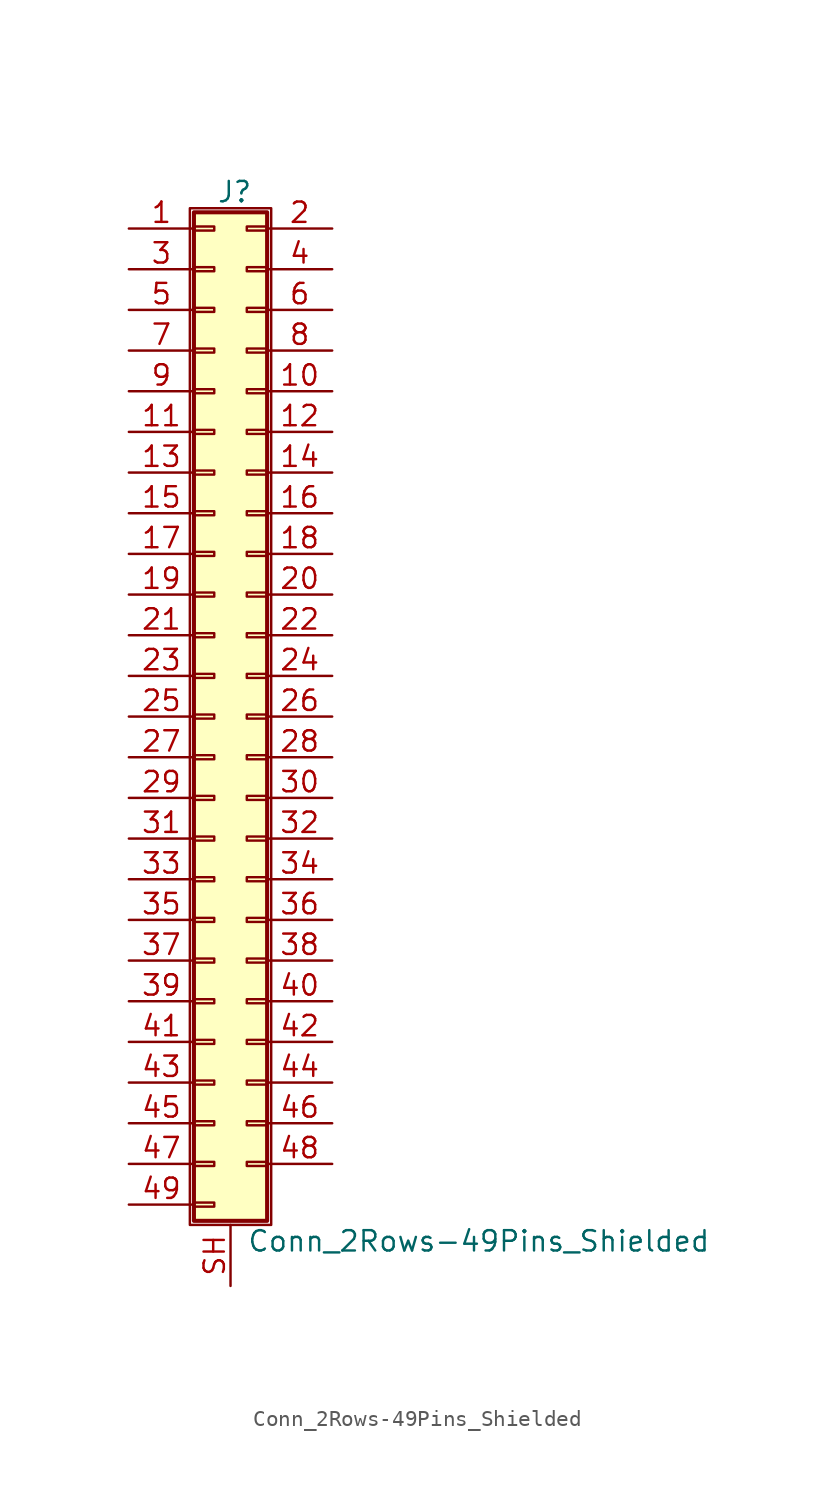
<source format=kicad_sym>
(kicad_symbol_lib
  (version 20201005)
  (generator kicad_symbol_editor)
  (symbol "Conn_2Rows-49Pins_Shielded"
    (pin_names
      (offset 1.016) hide)
    (property "Reference" "J"
      (at 1.524 32.766 0)
      (effects (font (size 1.27 1.27))))
    (property "Value" "Conn_2Rows-49Pins_Shielded"
      (at 2.286 -32.766 0)
      (effects (font (size 1.27 1.27)) (justify left)))
    (symbol "Conn_2Rows-49Pins_Shielded_1_1"
      (rectangle (start -1.27 31.75) (end 3.81 -31.75) (stroke (width 0.152)) (fill (type none)))
      (rectangle (start -1.016 -30.353) (end 0.254 -30.607) (stroke (width 0.152)) (fill (type none)))
      (rectangle (start -1.016 -27.813) (end 0.254 -28.067) (stroke (width 0.152)) (fill (type none)))
      (rectangle (start -1.016 -25.273) (end 0.254 -25.527) (stroke (width 0.152)) (fill (type none)))
      (rectangle (start -1.016 -22.733) (end 0.254 -22.987) (stroke (width 0.152)) (fill (type none)))
      (rectangle (start -1.016 -20.193) (end 0.254 -20.447) (stroke (width 0.152)) (fill (type none)))
      (rectangle (start -1.016 -17.653) (end 0.254 -17.907) (stroke (width 0.152)) (fill (type none)))
      (rectangle (start -1.016 -15.113) (end 0.254 -15.367) (stroke (width 0.152)) (fill (type none)))
      (rectangle (start -1.016 -12.573) (end 0.254 -12.827) (stroke (width 0.152)) (fill (type none)))
      (rectangle (start -1.016 -10.033) (end 0.254 -10.287) (stroke (width 0.152)) (fill (type none)))
      (rectangle (start -1.016 -7.493) (end 0.254 -7.747) (stroke (width 0.152)) (fill (type none)))
      (rectangle (start -1.016 -4.953) (end 0.254 -5.207) (stroke (width 0.152)) (fill (type none)))
      (rectangle (start -1.016 -2.413) (end 0.254 -2.667) (stroke (width 0.152)) (fill (type none)))
      (rectangle (start -1.016 0.127) (end 0.254 -0.127) (stroke (width 0.152)) (fill (type none)))
      (rectangle (start -1.016 2.667) (end 0.254 2.413) (stroke (width 0.152)) (fill (type none)))
      (rectangle (start -1.016 5.207) (end 0.254 4.953) (stroke (width 0.152)) (fill (type none)))
      (rectangle (start -1.016 7.747) (end 0.254 7.493) (stroke (width 0.152)) (fill (type none)))
      (rectangle (start -1.016 10.287) (end 0.254 10.033) (stroke (width 0.152)) (fill (type none)))
      (rectangle (start -1.016 12.827) (end 0.254 12.573) (stroke (width 0.152)) (fill (type none)))
      (rectangle (start -1.016 15.367) (end 0.254 15.113) (stroke (width 0.152)) (fill (type none)))
      (rectangle (start -1.016 17.907) (end 0.254 17.653) (stroke (width 0.152)) (fill (type none)))
      (rectangle (start -1.016 20.447) (end 0.254 20.193) (stroke (width 0.152)) (fill (type none)))
      (rectangle (start -1.016 22.987) (end 0.254 22.733) (stroke (width 0.152)) (fill (type none)))
      (rectangle (start -1.016 25.527) (end 0.254 25.273) (stroke (width 0.152)) (fill (type none)))
      (rectangle (start -1.016 28.067) (end 0.254 27.813) (stroke (width 0.152)) (fill (type none)))
      (rectangle (start -1.016 30.607) (end 0.254 30.353) (stroke (width 0.152)) (fill (type none)))
      (rectangle (start 3.556 -27.813) (end 2.286 -28.067) (stroke (width 0.152)) (fill (type none)))
      (rectangle (start 3.556 -25.273) (end 2.286 -25.527) (stroke (width 0.152)) (fill (type none)))
      (rectangle (start 3.556 -22.733) (end 2.286 -22.987) (stroke (width 0.152)) (fill (type none)))
      (rectangle (start 3.556 -20.193) (end 2.286 -20.447) (stroke (width 0.152)) (fill (type none)))
      (rectangle (start 3.556 -17.653) (end 2.286 -17.907) (stroke (width 0.152)) (fill (type none)))
      (rectangle (start 3.556 -15.113) (end 2.286 -15.367) (stroke (width 0.152)) (fill (type none)))
      (rectangle (start 3.556 -12.573) (end 2.286 -12.827) (stroke (width 0.152)) (fill (type none)))
      (rectangle (start 3.556 -10.033) (end 2.286 -10.287) (stroke (width 0.152)) (fill (type none)))
      (rectangle (start 3.556 -7.493) (end 2.286 -7.747) (stroke (width 0.152)) (fill (type none)))
      (rectangle (start 3.556 -4.953) (end 2.286 -5.207) (stroke (width 0.152)) (fill (type none)))
      (rectangle (start 3.556 -2.413) (end 2.286 -2.667) (stroke (width 0.152)) (fill (type none)))
      (rectangle (start 3.556 0.127) (end 2.286 -0.127) (stroke (width 0.152)) (fill (type none)))
      (rectangle (start 3.556 2.667) (end 2.286 2.413) (stroke (width 0.152)) (fill (type none)))
      (rectangle (start 3.556 5.207) (end 2.286 4.953) (stroke (width 0.152)) (fill (type none)))
      (rectangle (start 3.556 7.747) (end 2.286 7.493) (stroke (width 0.152)) (fill (type none)))
      (rectangle (start 3.556 10.287) (end 2.286 10.033) (stroke (width 0.152)) (fill (type none)))
      (rectangle (start 3.556 12.827) (end 2.286 12.573) (stroke (width 0.152)) (fill (type none)))
      (rectangle (start 3.556 15.367) (end 2.286 15.113) (stroke (width 0.152)) (fill (type none)))
      (rectangle (start 3.556 17.907) (end 2.286 17.653) (stroke (width 0.152)) (fill (type none)))
      (rectangle (start 3.556 20.447) (end 2.286 20.193) (stroke (width 0.152)) (fill (type none)))
      (rectangle (start 3.556 22.987) (end 2.286 22.733) (stroke (width 0.152)) (fill (type none)))
      (rectangle (start 3.556 25.527) (end 2.286 25.273) (stroke (width 0.152)) (fill (type none)))
      (rectangle (start 3.556 28.067) (end 2.286 27.813) (stroke (width 0.152)) (fill (type none)))
      (rectangle (start 3.556 30.607) (end 2.286 30.353) (stroke (width 0.152)) (fill (type none)))
      (rectangle (start -1.016 31.496) (end 3.556 -31.496) (stroke (width 0.254)) (fill (type background)))
      (pin passive line (at -5.08 30.48 0) (length 4.064) (name "Pin_1" (effects (font (size 1.27 1.27)))) (number "1" (effects (font (size 1.27 1.27)))))
      (pin passive line (at 7.62 20.32 180) (length 4.064) (name "Pin_10" (effects (font (size 1.27 1.27)))) (number "10" (effects (font (size 1.27 1.27)))))
      (pin passive line (at -5.08 17.78 0) (length 4.064) (name "Pin_11" (effects (font (size 1.27 1.27)))) (number "11" (effects (font (size 1.27 1.27)))))
      (pin passive line (at 7.62 17.78 180) (length 4.064) (name "Pin_12" (effects (font (size 1.27 1.27)))) (number "12" (effects (font (size 1.27 1.27)))))
      (pin passive line (at -5.08 15.24 0) (length 4.064) (name "Pin_13" (effects (font (size 1.27 1.27)))) (number "13" (effects (font (size 1.27 1.27)))))
      (pin passive line (at 7.62 15.24 180) (length 4.064) (name "Pin_14" (effects (font (size 1.27 1.27)))) (number "14" (effects (font (size 1.27 1.27)))))
      (pin passive line (at -5.08 12.7 0) (length 4.064) (name "Pin_15" (effects (font (size 1.27 1.27)))) (number "15" (effects (font (size 1.27 1.27)))))
      (pin passive line (at 7.62 12.7 180) (length 4.064) (name "Pin_16" (effects (font (size 1.27 1.27)))) (number "16" (effects (font (size 1.27 1.27)))))
      (pin passive line (at -5.08 10.16 0) (length 4.064) (name "Pin_17" (effects (font (size 1.27 1.27)))) (number "17" (effects (font (size 1.27 1.27)))))
      (pin passive line (at 7.62 10.16 180) (length 4.064) (name "Pin_18" (effects (font (size 1.27 1.27)))) (number "18" (effects (font (size 1.27 1.27)))))
      (pin passive line (at -5.08 7.62 0) (length 4.064) (name "Pin_19" (effects (font (size 1.27 1.27)))) (number "19" (effects (font (size 1.27 1.27)))))
      (pin passive line (at 7.62 30.48 180) (length 4.064) (name "Pin_2" (effects (font (size 1.27 1.27)))) (number "2" (effects (font (size 1.27 1.27)))))
      (pin passive line (at 7.62 7.62 180) (length 4.064) (name "Pin_20" (effects (font (size 1.27 1.27)))) (number "20" (effects (font (size 1.27 1.27)))))
      (pin passive line (at -5.08 5.08 0) (length 4.064) (name "Pin_21" (effects (font (size 1.27 1.27)))) (number "21" (effects (font (size 1.27 1.27)))))
      (pin passive line (at 7.62 5.08 180) (length 4.064) (name "Pin_22" (effects (font (size 1.27 1.27)))) (number "22" (effects (font (size 1.27 1.27)))))
      (pin passive line (at -5.08 2.54 0) (length 4.064) (name "Pin_23" (effects (font (size 1.27 1.27)))) (number "23" (effects (font (size 1.27 1.27)))))
      (pin passive line (at 7.62 2.54 180) (length 4.064) (name "Pin_24" (effects (font (size 1.27 1.27)))) (number "24" (effects (font (size 1.27 1.27)))))
      (pin passive line (at -5.08 0 0) (length 4.064) (name "Pin_25" (effects (font (size 1.27 1.27)))) (number "25" (effects (font (size 1.27 1.27)))))
      (pin passive line (at 7.62 0 180) (length 4.064) (name "Pin_26" (effects (font (size 1.27 1.27)))) (number "26" (effects (font (size 1.27 1.27)))))
      (pin passive line (at -5.08 -2.54 0) (length 4.064) (name "Pin_27" (effects (font (size 1.27 1.27)))) (number "27" (effects (font (size 1.27 1.27)))))
      (pin passive line (at 7.62 -2.54 180) (length 4.064) (name "Pin_28" (effects (font (size 1.27 1.27)))) (number "28" (effects (font (size 1.27 1.27)))))
      (pin passive line (at -5.08 -5.08 0) (length 4.064) (name "Pin_29" (effects (font (size 1.27 1.27)))) (number "29" (effects (font (size 1.27 1.27)))))
      (pin passive line (at -5.08 27.94 0) (length 4.064) (name "Pin_3" (effects (font (size 1.27 1.27)))) (number "3" (effects (font (size 1.27 1.27)))))
      (pin passive line (at 7.62 -5.08 180) (length 4.064) (name "Pin_30" (effects (font (size 1.27 1.27)))) (number "30" (effects (font (size 1.27 1.27)))))
      (pin passive line (at -5.08 -7.62 0) (length 4.064) (name "Pin_31" (effects (font (size 1.27 1.27)))) (number "31" (effects (font (size 1.27 1.27)))))
      (pin passive line (at 7.62 -7.62 180) (length 4.064) (name "Pin_32" (effects (font (size 1.27 1.27)))) (number "32" (effects (font (size 1.27 1.27)))))
      (pin passive line (at -5.08 -10.16 0) (length 4.064) (name "Pin_33" (effects (font (size 1.27 1.27)))) (number "33" (effects (font (size 1.27 1.27)))))
      (pin passive line (at 7.62 -10.16 180) (length 4.064) (name "Pin_34" (effects (font (size 1.27 1.27)))) (number "34" (effects (font (size 1.27 1.27)))))
      (pin passive line (at -5.08 -12.7 0) (length 4.064) (name "Pin_35" (effects (font (size 1.27 1.27)))) (number "35" (effects (font (size 1.27 1.27)))))
      (pin passive line (at 7.62 -12.7 180) (length 4.064) (name "Pin_36" (effects (font (size 1.27 1.27)))) (number "36" (effects (font (size 1.27 1.27)))))
      (pin passive line (at -5.08 -15.24 0) (length 4.064) (name "Pin_37" (effects (font (size 1.27 1.27)))) (number "37" (effects (font (size 1.27 1.27)))))
      (pin passive line (at 7.62 -15.24 180) (length 4.064) (name "Pin_38" (effects (font (size 1.27 1.27)))) (number "38" (effects (font (size 1.27 1.27)))))
      (pin passive line (at -5.08 -17.78 0) (length 4.064) (name "Pin_39" (effects (font (size 1.27 1.27)))) (number "39" (effects (font (size 1.27 1.27)))))
      (pin passive line (at 7.62 27.94 180) (length 4.064) (name "Pin_4" (effects (font (size 1.27 1.27)))) (number "4" (effects (font (size 1.27 1.27)))))
      (pin passive line (at 7.62 -17.78 180) (length 4.064) (name "Pin_40" (effects (font (size 1.27 1.27)))) (number "40" (effects (font (size 1.27 1.27)))))
      (pin passive line (at -5.08 -20.32 0) (length 4.064) (name "Pin_41" (effects (font (size 1.27 1.27)))) (number "41" (effects (font (size 1.27 1.27)))))
      (pin passive line (at 7.62 -20.32 180) (length 4.064) (name "Pin_42" (effects (font (size 1.27 1.27)))) (number "42" (effects (font (size 1.27 1.27)))))
      (pin passive line (at -5.08 -22.86 0) (length 4.064) (name "Pin_43" (effects (font (size 1.27 1.27)))) (number "43" (effects (font (size 1.27 1.27)))))
      (pin passive line (at 7.62 -22.86 180) (length 4.064) (name "Pin_44" (effects (font (size 1.27 1.27)))) (number "44" (effects (font (size 1.27 1.27)))))
      (pin passive line (at -5.08 -25.4 0) (length 4.064) (name "Pin_45" (effects (font (size 1.27 1.27)))) (number "45" (effects (font (size 1.27 1.27)))))
      (pin passive line (at 7.62 -25.4 180) (length 4.064) (name "Pin_46" (effects (font (size 1.27 1.27)))) (number "46" (effects (font (size 1.27 1.27)))))
      (pin passive line (at -5.08 -27.94 0) (length 4.064) (name "Pin_47" (effects (font (size 1.27 1.27)))) (number "47" (effects (font (size 1.27 1.27)))))
      (pin passive line (at 7.62 -27.94 180) (length 4.064) (name "Pin_48" (effects (font (size 1.27 1.27)))) (number "48" (effects (font (size 1.27 1.27)))))
      (pin passive line (at -5.08 -30.48 0) (length 4.064) (name "Pin_49" (effects (font (size 1.27 1.27)))) (number "49" (effects (font (size 1.27 1.27)))))
      (pin passive line (at -5.08 25.4 0) (length 4.064) (name "Pin_5" (effects (font (size 1.27 1.27)))) (number "5" (effects (font (size 1.27 1.27)))))
      (pin passive line (at 7.62 25.4 180) (length 4.064) (name "Pin_6" (effects (font (size 1.27 1.27)))) (number "6" (effects (font (size 1.27 1.27)))))
      (pin passive line (at -5.08 22.86 0) (length 4.064) (name "Pin_7" (effects (font (size 1.27 1.27)))) (number "7" (effects (font (size 1.27 1.27)))))
      (pin passive line (at 7.62 22.86 180) (length 4.064) (name "Pin_8" (effects (font (size 1.27 1.27)))) (number "8" (effects (font (size 1.27 1.27)))))
      (pin passive line (at -5.08 20.32 0) (length 4.064) (name "Pin_9" (effects (font (size 1.27 1.27)))) (number "9" (effects (font (size 1.27 1.27)))))
      (pin passive line (at 1.27 -35.56 90) (length 3.81) (name "Shield" (effects (font (size 1.27 1.27)))) (number "SH" (effects (font (size 1.27 1.27))))))))
</source>
